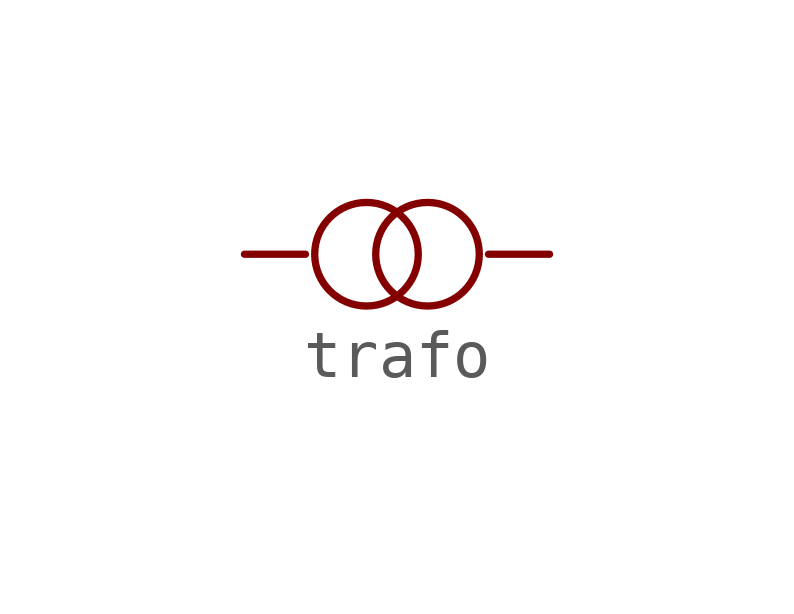
<source format=kicad_sym>
(kicad_symbol_lib
  (version 20211014)
  (generator kicad_symbol_editor)
  (symbol "trafo"
    (pin_numbers hide)
    (pin_names
      (offset 0) hide)
    (property "Reference" "U"
      (at -1.27 2.54 0)
      (effects (font (size 1.27 1.27)) hide))
    (symbol "trafo_0_0"
      (circle (center 2.54 0) (radius 1.078) (stroke (width 0) (type default) (color 0 0 0 0)) (fill (type none)))
      (circle (center 3.81 0) (radius 1.078) (stroke (width 0) (type default) (color 0 0 0 0)) (fill (type none))))
    (symbol "trafo_1_1"
      (pin passive line (at 0 0 0) (length 1.27) (name "2" (effects (font (size 1.27 1.27)))) (number "2" (effects (font (size 1.27 1.27)))))
      (pin passive line (at 6.35 0 180) (length 1.27) (name "2" (effects (font (size 1.27 1.27)))) (number "2" (effects (font (size 1.27 1.27))))))))
</source>
